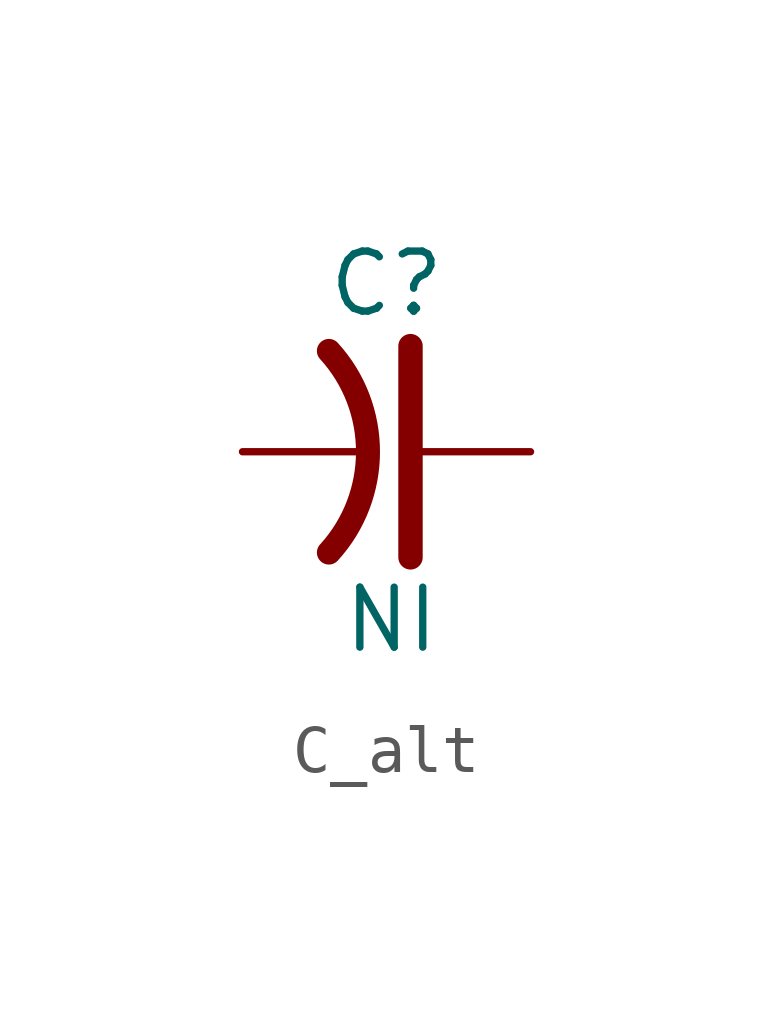
<source format=kicad_sym>
(kicad_symbol_lib
  (version 20241209)
  (generator "kicad_symbol_editor")
  (generator_version "9.0")
  (symbol "C_alt"
    (pin_numbers
      (hide yes))
    (pin_names
      (offset 0)
      (hide yes))
    (property "Reference" "C"
      (at 3 3.5 0)
      (do_not_autoplace)
      (effects (font (size 1.25 1.25))))
    (property "Value" "NI"
      (at 3.1 -3.5 0)
      (do_not_autoplace)
      (effects (font (size 1.25 1.25))))
    (symbol "C_alt_1_1"
      (arc (start 1.8 2.1) (mid 2.6145 0) (end 1.8 -2.1) (stroke (width 0.5) (type default)) (fill (type none)))
      (polyline (pts (xy 3.5 -2.2) (xy 3.5 2.2)) (stroke (width 0.508) (type default)) (fill (type none)))
      (pin passive line (at 0 0 0) (length 2.7) (name "1" (effects (font (size 1.25 1.25)))) (number "1" (effects (font (size 1.25 1.25)))))
      (pin passive line (at 6 0 180) (length 2.4) (name "2" (effects (font (size 1.25 1.25)))) (number "2" (effects (font (size 1.25 1.25))))))))
</source>
